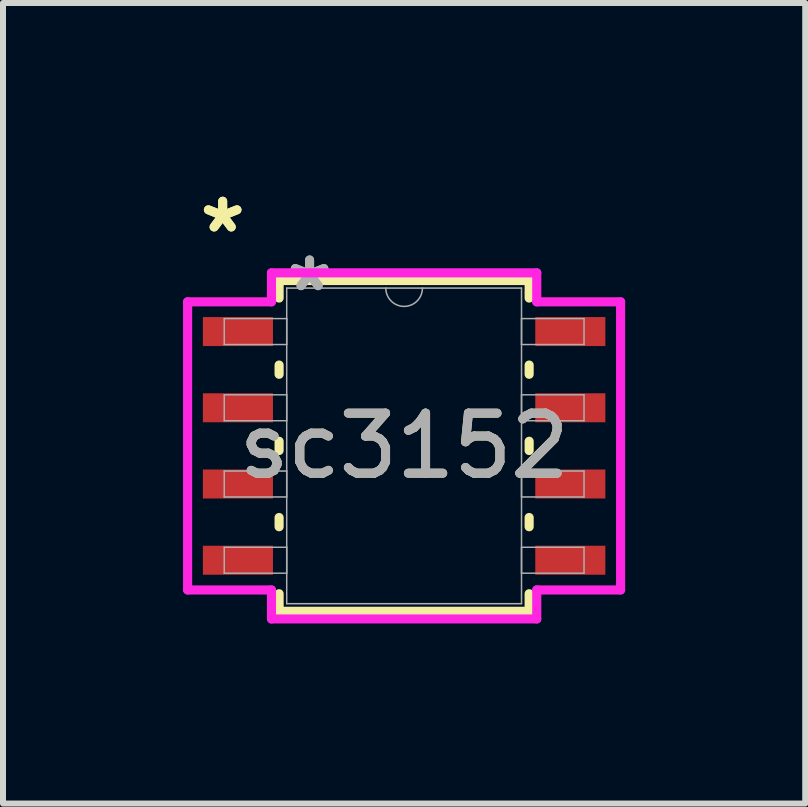
<source format=kicad_pcb>
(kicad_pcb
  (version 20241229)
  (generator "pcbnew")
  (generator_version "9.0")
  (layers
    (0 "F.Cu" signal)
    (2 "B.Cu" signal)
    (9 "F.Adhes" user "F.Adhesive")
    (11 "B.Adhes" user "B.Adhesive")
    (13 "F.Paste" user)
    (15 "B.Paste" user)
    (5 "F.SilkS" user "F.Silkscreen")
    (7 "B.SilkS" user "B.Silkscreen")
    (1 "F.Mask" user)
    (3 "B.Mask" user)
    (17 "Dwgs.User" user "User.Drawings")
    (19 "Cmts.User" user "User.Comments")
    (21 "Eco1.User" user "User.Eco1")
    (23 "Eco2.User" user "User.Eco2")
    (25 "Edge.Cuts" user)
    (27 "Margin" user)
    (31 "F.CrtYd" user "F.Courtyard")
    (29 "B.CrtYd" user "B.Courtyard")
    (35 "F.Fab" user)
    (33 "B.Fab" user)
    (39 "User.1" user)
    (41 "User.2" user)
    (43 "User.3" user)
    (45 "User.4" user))
  (footprint "sc3152"
    (layer "F.Cu")
    (at 3.683 4.379)
    (property "Reference" "sc3152" (at 0 0 0) (unlocked yes) (layer "F.SilkS") (effects (font (size 1 1) (thickness 0.15))))
    (attr smd)
    (fp_line (start -2.083 -2.756) (end -2.083 -2.463) (stroke (width 0.152) (type solid)) (layer "F.SilkS"))
    (fp_line (start -2.083 -1.347) (end -2.083 -1.193) (stroke (width 0.152) (type solid)) (layer "F.SilkS"))
    (fp_line (start -2.083 -0.077) (end -2.083 0.077) (stroke (width 0.152) (type solid)) (layer "F.SilkS"))
    (fp_line (start -2.083 1.193) (end -2.083 1.347) (stroke (width 0.152) (type solid)) (layer "F.SilkS"))
    (fp_line (start -2.083 2.463) (end -2.083 2.756) (stroke (width 0.152) (type solid)) (layer "F.SilkS"))
    (fp_line (start -2.083 2.756) (end 2.083 2.756) (stroke (width 0.152) (type solid)) (layer "F.SilkS"))
    (fp_line (start 2.083 -2.756) (end -2.083 -2.756) (stroke (width 0.152) (type solid)) (layer "F.SilkS"))
    (fp_line (start 2.083 -2.463) (end 2.083 -2.756) (stroke (width 0.152) (type solid)) (layer "F.SilkS"))
    (fp_line (start 2.083 -1.193) (end 2.083 -1.347) (stroke (width 0.152) (type solid)) (layer "F.SilkS"))
    (fp_line (start 2.083 0.077) (end 2.083 -0.077) (stroke (width 0.152) (type solid)) (layer "F.SilkS"))
    (fp_line (start 2.083 1.347) (end 2.083 1.193) (stroke (width 0.152) (type solid)) (layer "F.SilkS"))
    (fp_line (start 2.083 2.756) (end 2.083 2.463) (stroke (width 0.152) (type solid)) (layer "F.SilkS"))
    (fp_line (start -3.607 -2.4) (end -2.21 -2.4) (stroke (width 0.152) (type solid)) (layer "F.CrtYd"))
    (fp_line (start -3.607 2.4) (end -3.607 -2.4) (stroke (width 0.152) (type solid)) (layer "F.CrtYd"))
    (fp_line (start -3.607 2.4) (end -2.21 2.4) (stroke (width 0.152) (type solid)) (layer "F.CrtYd"))
    (fp_line (start -2.21 -2.883) (end 2.21 -2.883) (stroke (width 0.152) (type solid)) (layer "F.CrtYd"))
    (fp_line (start -2.21 -2.4) (end -2.21 -2.883) (stroke (width 0.152) (type solid)) (layer "F.CrtYd"))
    (fp_line (start -2.21 2.883) (end -2.21 2.4) (stroke (width 0.152) (type solid)) (layer "F.CrtYd"))
    (fp_line (start 2.21 -2.883) (end 2.21 -2.4) (stroke (width 0.152) (type solid)) (layer "F.CrtYd"))
    (fp_line (start 2.21 2.4) (end 2.21 2.883) (stroke (width 0.152) (type solid)) (layer "F.CrtYd"))
    (fp_line (start 2.21 2.883) (end -2.21 2.883) (stroke (width 0.152) (type solid)) (layer "F.CrtYd"))
    (fp_line (start 3.607 -2.4) (end 2.21 -2.4) (stroke (width 0.152) (type solid)) (layer "F.CrtYd"))
    (fp_line (start 3.607 -2.4) (end 3.607 2.4) (stroke (width 0.152) (type solid)) (layer "F.CrtYd"))
    (fp_line (start 3.607 2.4) (end 2.21 2.4) (stroke (width 0.152) (type solid)) (layer "F.CrtYd"))
    (fp_line (start -2.997 -2.121) (end -2.997 -1.689) (stroke (width 0.025) (type solid)) (layer "F.Fab"))
    (fp_line (start -2.997 -1.689) (end -1.956 -1.689) (stroke (width 0.025) (type solid)) (layer "F.Fab"))
    (fp_line (start -2.997 -0.851) (end -2.997 -0.419) (stroke (width 0.025) (type solid)) (layer "F.Fab"))
    (fp_line (start -2.997 -0.419) (end -1.956 -0.419) (stroke (width 0.025) (type solid)) (layer "F.Fab"))
    (fp_line (start -2.997 0.419) (end -2.997 0.851) (stroke (width 0.025) (type solid)) (layer "F.Fab"))
    (fp_line (start -2.997 0.851) (end -1.956 0.851) (stroke (width 0.025) (type solid)) (layer "F.Fab"))
    (fp_line (start -2.997 1.689) (end -2.997 2.121) (stroke (width 0.025) (type solid)) (layer "F.Fab"))
    (fp_line (start -2.997 2.121) (end -1.956 2.121) (stroke (width 0.025) (type solid)) (layer "F.Fab"))
    (fp_line (start -1.956 -2.629) (end -1.956 2.629) (stroke (width 0.025) (type solid)) (layer "F.Fab"))
    (fp_line (start -1.956 -2.121) (end -2.997 -2.121) (stroke (width 0.025) (type solid)) (layer "F.Fab"))
    (fp_line (start -1.956 -1.689) (end -1.956 -2.121) (stroke (width 0.025) (type solid)) (layer "F.Fab"))
    (fp_line (start -1.956 -0.851) (end -2.997 -0.851) (stroke (width 0.025) (type solid)) (layer "F.Fab"))
    (fp_line (start -1.956 -0.419) (end -1.956 -0.851) (stroke (width 0.025) (type solid)) (layer "F.Fab"))
    (fp_line (start -1.956 0.419) (end -2.997 0.419) (stroke (width 0.025) (type solid)) (layer "F.Fab"))
    (fp_line (start -1.956 0.851) (end -1.956 0.419) (stroke (width 0.025) (type solid)) (layer "F.Fab"))
    (fp_line (start -1.956 1.689) (end -2.997 1.689) (stroke (width 0.025) (type solid)) (layer "F.Fab"))
    (fp_line (start -1.956 2.121) (end -1.956 1.689) (stroke (width 0.025) (type solid)) (layer "F.Fab"))
    (fp_line (start -1.956 2.629) (end 1.956 2.629) (stroke (width 0.025) (type solid)) (layer "F.Fab"))
    (fp_line (start 1.956 -2.629) (end -1.956 -2.629) (stroke (width 0.025) (type solid)) (layer "F.Fab"))
    (fp_line (start 1.956 -2.121) (end 1.956 -1.689) (stroke (width 0.025) (type solid)) (layer "F.Fab"))
    (fp_line (start 1.956 -1.689) (end 2.997 -1.689) (stroke (width 0.025) (type solid)) (layer "F.Fab"))
    (fp_line (start 1.956 -0.851) (end 1.956 -0.419) (stroke (width 0.025) (type solid)) (layer "F.Fab"))
    (fp_line (start 1.956 -0.419) (end 2.997 -0.419) (stroke (width 0.025) (type solid)) (layer "F.Fab"))
    (fp_line (start 1.956 0.419) (end 1.956 0.851) (stroke (width 0.025) (type solid)) (layer "F.Fab"))
    (fp_line (start 1.956 0.851) (end 2.997 0.851) (stroke (width 0.025) (type solid)) (layer "F.Fab"))
    (fp_line (start 1.956 1.689) (end 1.956 2.121) (stroke (width 0.025) (type solid)) (layer "F.Fab"))
    (fp_line (start 1.956 2.121) (end 2.997 2.121) (stroke (width 0.025) (type solid)) (layer "F.Fab"))
    (fp_line (start 1.956 2.629) (end 1.956 -2.629) (stroke (width 0.025) (type solid)) (layer "F.Fab"))
    (fp_line (start 2.997 -2.121) (end 1.956 -2.121) (stroke (width 0.025) (type solid)) (layer "F.Fab"))
    (fp_line (start 2.997 -1.689) (end 2.997 -2.121) (stroke (width 0.025) (type solid)) (layer "F.Fab"))
    (fp_line (start 2.997 -0.851) (end 1.956 -0.851) (stroke (width 0.025) (type solid)) (layer "F.Fab"))
    (fp_line (start 2.997 -0.419) (end 2.997 -0.851) (stroke (width 0.025) (type solid)) (layer "F.Fab"))
    (fp_line (start 2.997 0.419) (end 1.956 0.419) (stroke (width 0.025) (type solid)) (layer "F.Fab"))
    (fp_line (start 2.997 0.851) (end 2.997 0.419) (stroke (width 0.025) (type solid)) (layer "F.Fab"))
    (fp_line (start 2.997 1.689) (end 1.956 1.689) (stroke (width 0.025) (type solid)) (layer "F.Fab"))
    (fp_line (start 2.997 2.121) (end 2.997 1.689) (stroke (width 0.025) (type solid)) (layer "F.Fab"))
    (fp_arc (start 0.3048 -2.6289) (mid 0 -2.3241) (end -0.3048 -2.6289) (stroke (width 0.0254) (type solid)) (layer "F.Fab"))
    (fp_text user "*" (at -3.023 -3.531 0) (unlocked yes) (layer "F.SilkS") (effects (font (size 1 1) (thickness 0.15))))
    (fp_text user "*" (at -3.023 -3.531 0) (layer "F.SilkS") (effects (font (size 1 1) (thickness 0.15))))
    (fp_text user "${REFERENCE}" (at 0 0 0) (unlocked yes) (layer "F.Fab") (effects (font (size 1 1) (thickness 0.15))))
    (fp_text user "*" (at -1.575 -2.553 0) (layer "F.Fab") (effects (font (size 1 1) (thickness 0.15))))
    (fp_text user "*" (at -1.575 -2.553 0) (unlocked yes) (layer "F.Fab") (effects (font (size 1 1) (thickness 0.15))))
    (pad "1" smd rect (at -2.769 -1.905) (size 1.168 0.483) (layers "F.Cu" "F.Mask" "F.Paste"))
    (pad "2" smd rect (at -2.769 -0.635) (size 1.168 0.483) (layers "F.Cu" "F.Mask" "F.Paste"))
    (pad "3" smd rect (at -2.769 0.635) (size 1.168 0.483) (layers "F.Cu" "F.Mask" "F.Paste"))
    (pad "4" smd rect (at -2.769 1.905) (size 1.168 0.483) (layers "F.Cu" "F.Mask" "F.Paste"))
    (pad "5" smd rect (at 2.769 1.905) (size 1.168 0.483) (layers "F.Cu" "F.Mask" "F.Paste"))
    (pad "6" smd rect (at 2.769 0.635) (size 1.168 0.483) (layers "F.Cu" "F.Mask" "F.Paste"))
    (pad "7" smd rect (at 2.769 -0.635) (size 1.168 0.483) (layers "F.Cu" "F.Mask" "F.Paste"))
    (pad "8" smd rect (at 2.769 -1.905) (size 1.168 0.483) (layers "F.Cu" "F.Mask" "F.Paste")))
  (gr_rect
    (start -3 -3)
    (end 10.366 10.338)
    (stroke (width 0.1) (type default))
    (fill no)
    (layer "Edge.Cuts")))
</source>
